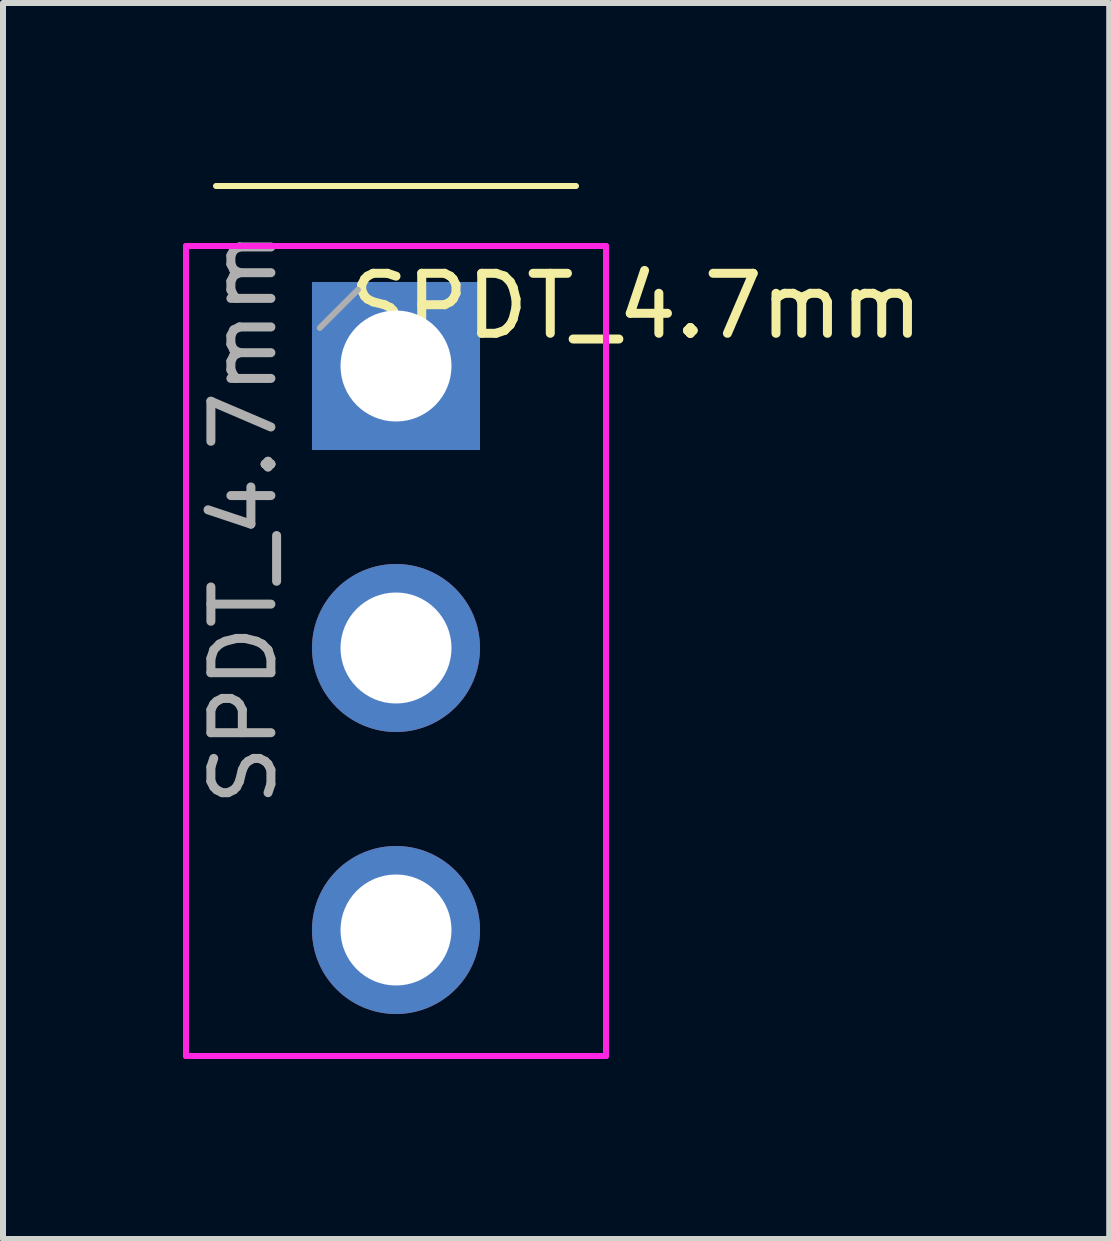
<source format=kicad_pcb>
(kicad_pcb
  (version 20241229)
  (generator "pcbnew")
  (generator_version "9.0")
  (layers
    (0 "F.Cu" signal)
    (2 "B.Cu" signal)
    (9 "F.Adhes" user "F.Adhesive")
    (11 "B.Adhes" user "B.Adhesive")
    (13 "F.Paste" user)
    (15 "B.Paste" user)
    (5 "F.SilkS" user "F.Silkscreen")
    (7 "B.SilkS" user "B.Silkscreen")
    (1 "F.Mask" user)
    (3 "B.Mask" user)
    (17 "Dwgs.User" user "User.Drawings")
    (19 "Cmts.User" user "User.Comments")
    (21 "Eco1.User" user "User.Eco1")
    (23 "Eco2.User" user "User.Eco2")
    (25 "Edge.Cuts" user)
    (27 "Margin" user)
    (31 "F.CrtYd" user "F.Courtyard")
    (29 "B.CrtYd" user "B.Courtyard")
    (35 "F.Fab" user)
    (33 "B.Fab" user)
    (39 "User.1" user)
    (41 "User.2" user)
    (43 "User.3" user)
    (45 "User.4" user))
  (footprint "SPDT_4.7mm"
    (layer "F.Cu")
    (at 3.55 3.05)
    (property "Reference" "SPDT_4.7mm" (at 4 -1 180) (layer "F.SilkS") (effects (font (size 1 1) (thickness 0.15))))
    (attr through_hole)
    (fp_line (start 3 -3) (end -3 -3) (stroke (width 0.1) (type solid)) (layer "F.SilkS"))
    (fp_line (start -3.5 -2) (end 3.5 -2) (stroke (width 0.1) (type solid)) (layer "F.CrtYd"))
    (fp_line (start -3.5 11.5) (end -3.5 -2) (stroke (width 0.1) (type solid)) (layer "F.CrtYd"))
    (fp_line (start 3.5 -2) (end 3.5 11.5) (stroke (width 0.1) (type solid)) (layer "F.CrtYd"))
    (fp_line (start 3.5 11.5) (end -3.5 11.5) (stroke (width 0.1) (type solid)) (layer "F.CrtYd"))
    (fp_line (start -1.27 -0.635) (end -0.635 -1.27) (stroke (width 0.1) (type solid)) (layer "F.Fab"))
    (fp_text user "${REFERENCE}" (at -2.54 2.54 90) (layer "F.Fab") (effects (font (size 1 1) (thickness 0.15))))
    (pad "1" thru_hole rect (at 0 0) (size 2.8 2.8) (drill 1.85) (layers "*.Cu" "*.Mask"))
    (pad "2" thru_hole circle (at 0 4.7) (size 2.8 2.8) (drill 1.85) (layers "*.Cu" "*.Mask"))
    (pad "3" thru_hole circle (at 0 9.4) (size 2.8 2.8) (drill 1.85) (layers "*.Cu" "*.Mask")))
  (gr_rect
    (start -3 -3)
    (end 15.437 17.6)
    (stroke (width 0.1) (type default))
    (fill no)
    (layer "Edge.Cuts")))
</source>
